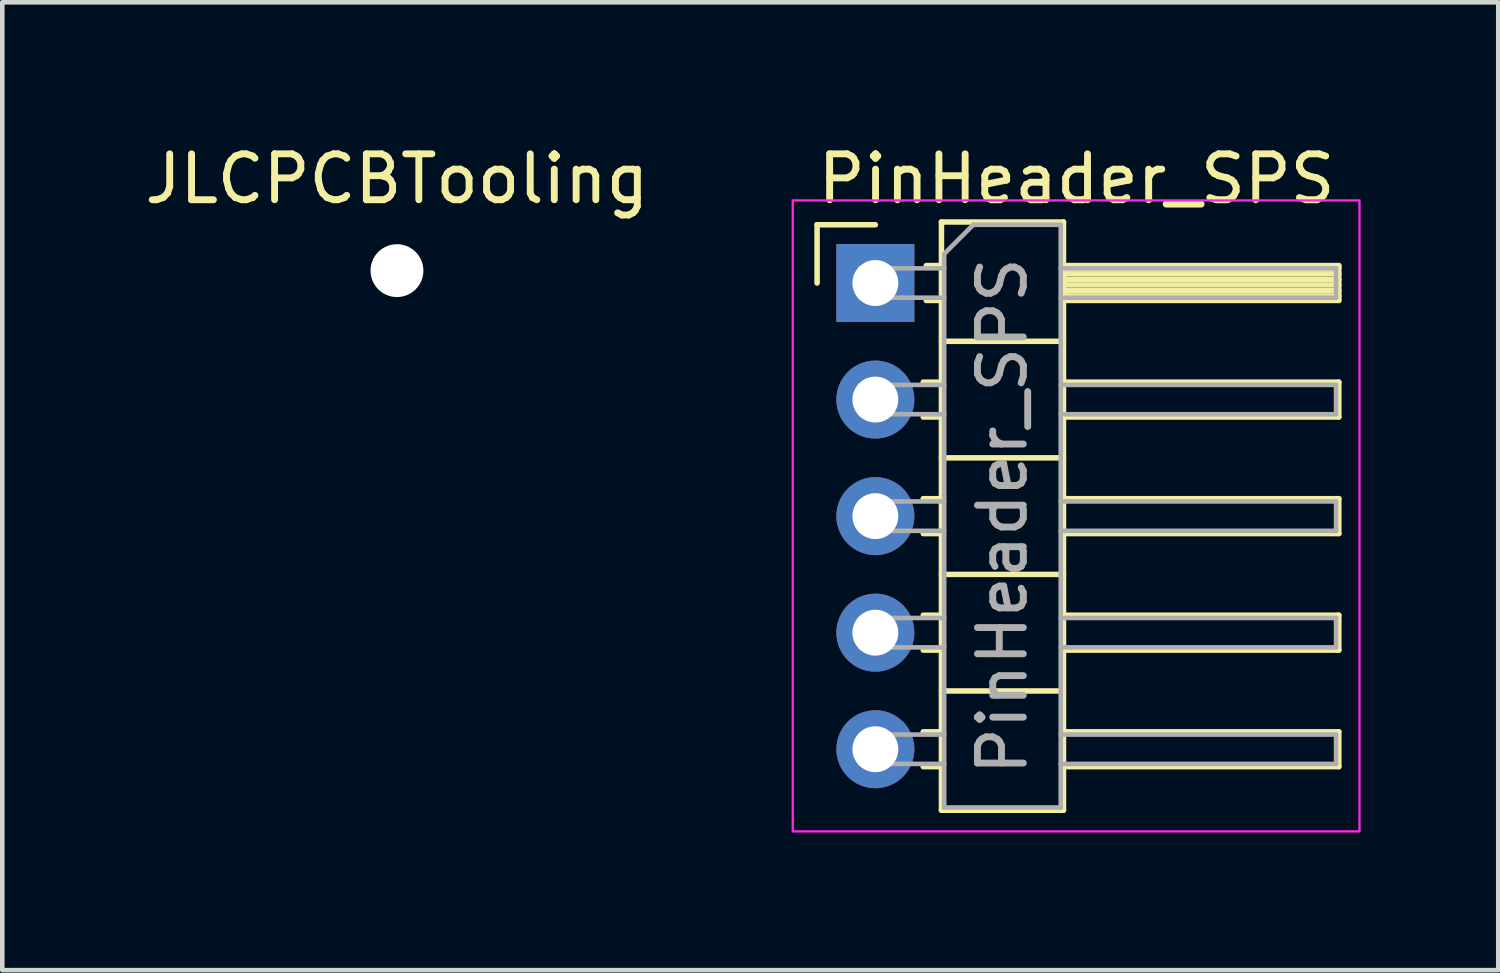
<source format=kicad_pcb>
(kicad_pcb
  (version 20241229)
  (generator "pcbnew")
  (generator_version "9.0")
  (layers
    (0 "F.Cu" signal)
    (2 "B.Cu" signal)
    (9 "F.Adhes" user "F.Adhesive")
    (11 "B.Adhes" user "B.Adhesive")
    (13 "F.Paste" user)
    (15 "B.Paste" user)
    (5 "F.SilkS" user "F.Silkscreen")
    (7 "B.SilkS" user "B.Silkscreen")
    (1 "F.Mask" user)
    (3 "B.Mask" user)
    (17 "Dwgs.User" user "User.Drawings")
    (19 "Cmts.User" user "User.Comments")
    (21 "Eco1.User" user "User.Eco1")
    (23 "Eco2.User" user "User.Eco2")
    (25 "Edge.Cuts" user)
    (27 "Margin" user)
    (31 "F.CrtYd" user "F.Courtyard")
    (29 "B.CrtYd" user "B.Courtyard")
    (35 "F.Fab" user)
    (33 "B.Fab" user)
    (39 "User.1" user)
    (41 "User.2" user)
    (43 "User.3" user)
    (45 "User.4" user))
  (footprint "JLCPCBTooling"
    (layer "F.Cu")
    (at 5.601 2.848)
    (property "Reference" "JLCPCBTooling" (at 0 -2 0) (layer "F.SilkS") (effects (font (size 1 1) (thickness 0.15))))
    (attr through_hole)
    (pad "" np_thru_hole circle (at 0 0) (size 1.152 1.152) (drill 1.152) (layers "*.Cu" "*.Mask")))
  (footprint "PinHeader_SPS"
    (layer "F.Cu")
    (at 16.027 3.118)
    (property "Reference" "PinHeader_SPS" (at 4.385 -2.27 0) (layer "F.SilkS") (effects (font (size 1 1) (thickness 0.15))))
    (attr through_hole)
    (fp_line (start -1.27 -1.27) (end 0 -1.27) (stroke (width 0.12) (type solid)) (layer "F.SilkS"))
    (fp_line (start -1.27 0) (end -1.27 -1.27) (stroke (width 0.12) (type solid)) (layer "F.SilkS"))
    (fp_line (start 1.043 2.16) (end 1.44 2.16) (stroke (width 0.12) (type solid)) (layer "F.SilkS"))
    (fp_line (start 1.043 2.92) (end 1.44 2.92) (stroke (width 0.12) (type solid)) (layer "F.SilkS"))
    (fp_line (start 1.043 4.7) (end 1.44 4.7) (stroke (width 0.12) (type solid)) (layer "F.SilkS"))
    (fp_line (start 1.043 5.46) (end 1.44 5.46) (stroke (width 0.12) (type solid)) (layer "F.SilkS"))
    (fp_line (start 1.043 7.24) (end 1.44 7.24) (stroke (width 0.12) (type solid)) (layer "F.SilkS"))
    (fp_line (start 1.043 8) (end 1.44 8) (stroke (width 0.12) (type solid)) (layer "F.SilkS"))
    (fp_line (start 1.043 9.78) (end 1.44 9.78) (stroke (width 0.12) (type solid)) (layer "F.SilkS"))
    (fp_line (start 1.043 10.54) (end 1.44 10.54) (stroke (width 0.12) (type solid)) (layer "F.SilkS"))
    (fp_line (start 1.11 -0.38) (end 1.44 -0.38) (stroke (width 0.12) (type solid)) (layer "F.SilkS"))
    (fp_line (start 1.11 0.38) (end 1.44 0.38) (stroke (width 0.12) (type solid)) (layer "F.SilkS"))
    (fp_line (start 1.44 -1.33) (end 1.44 11.49) (stroke (width 0.12) (type solid)) (layer "F.SilkS"))
    (fp_line (start 1.44 1.27) (end 4.1 1.27) (stroke (width 0.12) (type solid)) (layer "F.SilkS"))
    (fp_line (start 1.44 3.81) (end 4.1 3.81) (stroke (width 0.12) (type solid)) (layer "F.SilkS"))
    (fp_line (start 1.44 6.35) (end 4.1 6.35) (stroke (width 0.12) (type solid)) (layer "F.SilkS"))
    (fp_line (start 1.44 8.89) (end 4.1 8.89) (stroke (width 0.12) (type solid)) (layer "F.SilkS"))
    (fp_line (start 1.44 11.49) (end 4.1 11.49) (stroke (width 0.12) (type solid)) (layer "F.SilkS"))
    (fp_line (start 4.1 -1.33) (end 1.44 -1.33) (stroke (width 0.12) (type solid)) (layer "F.SilkS"))
    (fp_line (start 4.1 -0.38) (end 10.1 -0.38) (stroke (width 0.12) (type solid)) (layer "F.SilkS"))
    (fp_line (start 4.1 -0.32) (end 10.1 -0.32) (stroke (width 0.12) (type solid)) (layer "F.SilkS"))
    (fp_line (start 4.1 -0.2) (end 10.1 -0.2) (stroke (width 0.12) (type solid)) (layer "F.SilkS"))
    (fp_line (start 4.1 -0.08) (end 10.1 -0.08) (stroke (width 0.12) (type solid)) (layer "F.SilkS"))
    (fp_line (start 4.1 0.04) (end 10.1 0.04) (stroke (width 0.12) (type solid)) (layer "F.SilkS"))
    (fp_line (start 4.1 0.16) (end 10.1 0.16) (stroke (width 0.12) (type solid)) (layer "F.SilkS"))
    (fp_line (start 4.1 0.28) (end 10.1 0.28) (stroke (width 0.12) (type solid)) (layer "F.SilkS"))
    (fp_line (start 4.1 2.16) (end 10.1 2.16) (stroke (width 0.12) (type solid)) (layer "F.SilkS"))
    (fp_line (start 4.1 4.7) (end 10.1 4.7) (stroke (width 0.12) (type solid)) (layer "F.SilkS"))
    (fp_line (start 4.1 7.24) (end 10.1 7.24) (stroke (width 0.12) (type solid)) (layer "F.SilkS"))
    (fp_line (start 4.1 9.78) (end 10.1 9.78) (stroke (width 0.12) (type solid)) (layer "F.SilkS"))
    (fp_line (start 4.1 11.49) (end 4.1 -1.33) (stroke (width 0.12) (type solid)) (layer "F.SilkS"))
    (fp_line (start 10.1 -0.38) (end 10.1 0.38) (stroke (width 0.12) (type solid)) (layer "F.SilkS"))
    (fp_line (start 10.1 0.38) (end 4.1 0.38) (stroke (width 0.12) (type solid)) (layer "F.SilkS"))
    (fp_line (start 10.1 2.16) (end 10.1 2.92) (stroke (width 0.12) (type solid)) (layer "F.SilkS"))
    (fp_line (start 10.1 2.92) (end 4.1 2.92) (stroke (width 0.12) (type solid)) (layer "F.SilkS"))
    (fp_line (start 10.1 4.7) (end 10.1 5.46) (stroke (width 0.12) (type solid)) (layer "F.SilkS"))
    (fp_line (start 10.1 5.46) (end 4.1 5.46) (stroke (width 0.12) (type solid)) (layer "F.SilkS"))
    (fp_line (start 10.1 7.24) (end 10.1 8) (stroke (width 0.12) (type solid)) (layer "F.SilkS"))
    (fp_line (start 10.1 8) (end 4.1 8) (stroke (width 0.12) (type solid)) (layer "F.SilkS"))
    (fp_line (start 10.1 9.78) (end 10.1 10.54) (stroke (width 0.12) (type solid)) (layer "F.SilkS"))
    (fp_line (start 10.1 10.54) (end 4.1 10.54) (stroke (width 0.12) (type solid)) (layer "F.SilkS"))
    (fp_line (start -1.8 -1.8) (end -1.8 11.95) (stroke (width 0.05) (type solid)) (layer "F.CrtYd"))
    (fp_line (start -1.8 11.95) (end 10.55 11.95) (stroke (width 0.05) (type solid)) (layer "F.CrtYd"))
    (fp_line (start 10.55 -1.8) (end -1.8 -1.8) (stroke (width 0.05) (type solid)) (layer "F.CrtYd"))
    (fp_line (start 10.55 11.95) (end 10.55 -1.8) (stroke (width 0.05) (type solid)) (layer "F.CrtYd"))
    (fp_line (start -0.32 -0.32) (end -0.32 0.32) (stroke (width 0.1) (type solid)) (layer "F.Fab"))
    (fp_line (start -0.32 -0.32) (end 1.5 -0.32) (stroke (width 0.1) (type solid)) (layer "F.Fab"))
    (fp_line (start -0.32 0.32) (end 1.5 0.32) (stroke (width 0.1) (type solid)) (layer "F.Fab"))
    (fp_line (start -0.32 2.22) (end -0.32 2.86) (stroke (width 0.1) (type solid)) (layer "F.Fab"))
    (fp_line (start -0.32 2.22) (end 1.5 2.22) (stroke (width 0.1) (type solid)) (layer "F.Fab"))
    (fp_line (start -0.32 2.86) (end 1.5 2.86) (stroke (width 0.1) (type solid)) (layer "F.Fab"))
    (fp_line (start -0.32 4.76) (end -0.32 5.4) (stroke (width 0.1) (type solid)) (layer "F.Fab"))
    (fp_line (start -0.32 4.76) (end 1.5 4.76) (stroke (width 0.1) (type solid)) (layer "F.Fab"))
    (fp_line (start -0.32 5.4) (end 1.5 5.4) (stroke (width 0.1) (type solid)) (layer "F.Fab"))
    (fp_line (start -0.32 7.3) (end -0.32 7.94) (stroke (width 0.1) (type solid)) (layer "F.Fab"))
    (fp_line (start -0.32 7.3) (end 1.5 7.3) (stroke (width 0.1) (type solid)) (layer "F.Fab"))
    (fp_line (start -0.32 7.94) (end 1.5 7.94) (stroke (width 0.1) (type solid)) (layer "F.Fab"))
    (fp_line (start -0.32 9.84) (end -0.32 10.48) (stroke (width 0.1) (type solid)) (layer "F.Fab"))
    (fp_line (start -0.32 9.84) (end 1.5 9.84) (stroke (width 0.1) (type solid)) (layer "F.Fab"))
    (fp_line (start -0.32 10.48) (end 1.5 10.48) (stroke (width 0.1) (type solid)) (layer "F.Fab"))
    (fp_line (start 1.5 -0.635) (end 2.135 -1.27) (stroke (width 0.1) (type solid)) (layer "F.Fab"))
    (fp_line (start 1.5 11.43) (end 1.5 -0.635) (stroke (width 0.1) (type solid)) (layer "F.Fab"))
    (fp_line (start 2.135 -1.27) (end 4.04 -1.27) (stroke (width 0.1) (type solid)) (layer "F.Fab"))
    (fp_line (start 4.04 -1.27) (end 4.04 11.43) (stroke (width 0.1) (type solid)) (layer "F.Fab"))
    (fp_line (start 4.04 -0.32) (end 10.04 -0.32) (stroke (width 0.1) (type solid)) (layer "F.Fab"))
    (fp_line (start 4.04 0.32) (end 10.04 0.32) (stroke (width 0.1) (type solid)) (layer "F.Fab"))
    (fp_line (start 4.04 2.22) (end 10.04 2.22) (stroke (width 0.1) (type solid)) (layer "F.Fab"))
    (fp_line (start 4.04 2.86) (end 10.04 2.86) (stroke (width 0.1) (type solid)) (layer "F.Fab"))
    (fp_line (start 4.04 4.76) (end 10.04 4.76) (stroke (width 0.1) (type solid)) (layer "F.Fab"))
    (fp_line (start 4.04 5.4) (end 10.04 5.4) (stroke (width 0.1) (type solid)) (layer "F.Fab"))
    (fp_line (start 4.04 7.3) (end 10.04 7.3) (stroke (width 0.1) (type solid)) (layer "F.Fab"))
    (fp_line (start 4.04 7.94) (end 10.04 7.94) (stroke (width 0.1) (type solid)) (layer "F.Fab"))
    (fp_line (start 4.04 9.84) (end 10.04 9.84) (stroke (width 0.1) (type solid)) (layer "F.Fab"))
    (fp_line (start 4.04 10.48) (end 10.04 10.48) (stroke (width 0.1) (type solid)) (layer "F.Fab"))
    (fp_line (start 4.04 11.43) (end 1.5 11.43) (stroke (width 0.1) (type solid)) (layer "F.Fab"))
    (fp_line (start 10.04 -0.32) (end 10.04 0.32) (stroke (width 0.1) (type solid)) (layer "F.Fab"))
    (fp_line (start 10.04 2.22) (end 10.04 2.86) (stroke (width 0.1) (type solid)) (layer "F.Fab"))
    (fp_line (start 10.04 4.76) (end 10.04 5.4) (stroke (width 0.1) (type solid)) (layer "F.Fab"))
    (fp_line (start 10.04 7.3) (end 10.04 7.94) (stroke (width 0.1) (type solid)) (layer "F.Fab"))
    (fp_line (start 10.04 9.84) (end 10.04 10.48) (stroke (width 0.1) (type solid)) (layer "F.Fab"))
    (fp_text user "${REFERENCE}" (at 2.77 5.08 90) (layer "F.Fab") (effects (font (size 1 1) (thickness 0.15))))
    (pad "1" thru_hole rect (at 0 0) (size 1.7 1.7) (drill 1) (layers "*.Cu" "*.Mask"))
    (pad "2" thru_hole oval (at 0 2.54) (size 1.7 1.7) (drill 1) (layers "*.Cu" "*.Mask"))
    (pad "3" thru_hole oval (at 0 5.08) (size 1.7 1.7) (drill 1) (layers "*.Cu" "*.Mask"))
    (pad "4" thru_hole oval (at 0 7.62) (size 1.7 1.7) (drill 1) (layers "*.Cu" "*.Mask"))
    (pad "5" thru_hole oval (at 0 10.16) (size 1.7 1.7) (drill 1) (layers "*.Cu" "*.Mask")))
  (gr_rect
    (start -3 -3)
    (end 29.602 18.093)
    (stroke (width 0.1) (type default))
    (fill no)
    (layer "Edge.Cuts")))
</source>
